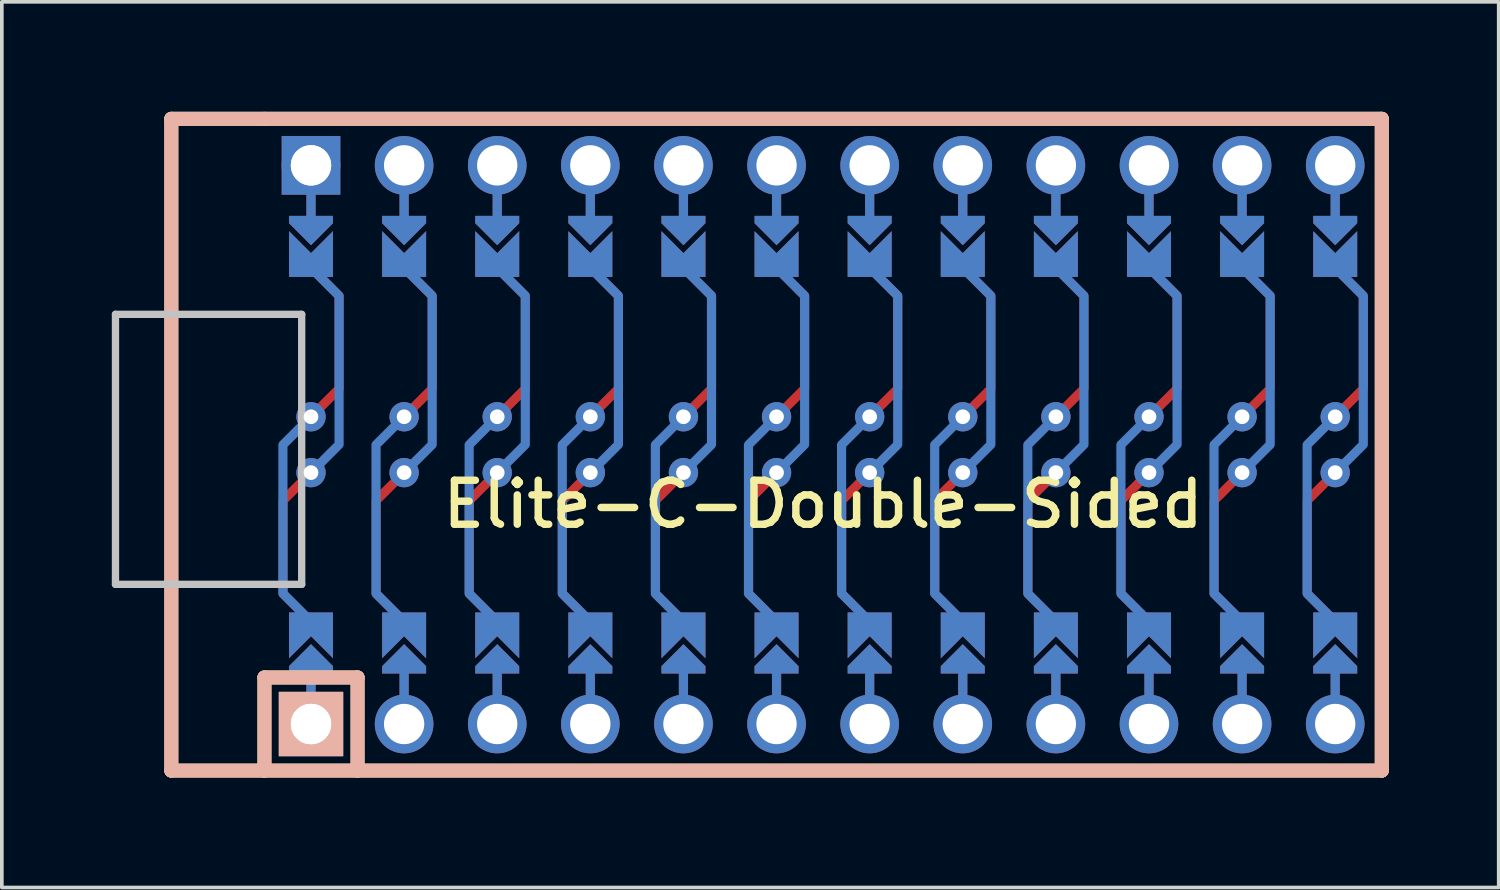
<source format=kicad_pcb>
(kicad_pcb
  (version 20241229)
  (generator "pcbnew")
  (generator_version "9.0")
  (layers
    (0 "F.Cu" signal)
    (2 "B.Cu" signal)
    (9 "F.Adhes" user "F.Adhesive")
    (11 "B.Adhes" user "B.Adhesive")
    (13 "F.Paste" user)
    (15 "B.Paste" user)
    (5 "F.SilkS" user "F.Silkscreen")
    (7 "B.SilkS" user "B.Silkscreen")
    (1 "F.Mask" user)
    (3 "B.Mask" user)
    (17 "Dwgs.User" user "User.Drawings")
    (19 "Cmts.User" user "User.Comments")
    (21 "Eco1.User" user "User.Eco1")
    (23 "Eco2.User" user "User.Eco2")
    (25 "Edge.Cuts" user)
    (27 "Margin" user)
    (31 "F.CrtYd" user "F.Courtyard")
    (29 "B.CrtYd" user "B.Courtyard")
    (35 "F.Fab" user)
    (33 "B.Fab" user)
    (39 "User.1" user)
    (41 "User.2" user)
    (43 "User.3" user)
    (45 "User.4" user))
  (footprint "Elite-C-Double-Sided"
    (layer "F.Cu")
    (at 19.404 9.081)
    (property "Reference" "Elite-C-Double-Sided" (at 0 1.625 180) (layer "F.SilkS") (effects (font (size 1.2 1.2) (thickness 0.203))))
    (attr through_hole)
    (fp_circle (center -13.97 -0.762) (end -13.845 -0.762) (stroke (width 0.25) (type solid)) (fill no) (layer "F.Mask"))
    (fp_circle (center -13.97 0.762) (end -13.845 0.762) (stroke (width 0.25) (type solid)) (fill no) (layer "F.Mask"))
    (fp_circle (center -11.43 -0.762) (end -11.305 -0.762) (stroke (width 0.25) (type solid)) (fill no) (layer "F.Mask"))
    (fp_circle (center -11.43 0.762) (end -11.305 0.762) (stroke (width 0.25) (type solid)) (fill no) (layer "F.Mask"))
    (fp_circle (center -8.89 -0.762) (end -8.765 -0.762) (stroke (width 0.25) (type solid)) (fill no) (layer "F.Mask"))
    (fp_circle (center -8.89 0.762) (end -8.765 0.762) (stroke (width 0.25) (type solid)) (fill no) (layer "F.Mask"))
    (fp_circle (center -6.35 -0.762) (end -6.225 -0.762) (stroke (width 0.25) (type solid)) (fill no) (layer "F.Mask"))
    (fp_circle (center -6.35 0.762) (end -6.225 0.762) (stroke (width 0.25) (type solid)) (fill no) (layer "F.Mask"))
    (fp_circle (center -3.81 -0.762) (end -3.685 -0.762) (stroke (width 0.25) (type solid)) (fill no) (layer "F.Mask"))
    (fp_circle (center -3.81 0.762) (end -3.685 0.762) (stroke (width 0.25) (type solid)) (fill no) (layer "F.Mask"))
    (fp_circle (center -1.27 -0.762) (end -1.145 -0.762) (stroke (width 0.25) (type solid)) (fill no) (layer "F.Mask"))
    (fp_circle (center -1.27 0.762) (end -1.145 0.762) (stroke (width 0.25) (type solid)) (fill no) (layer "F.Mask"))
    (fp_circle (center 1.27 -0.762) (end 1.395 -0.762) (stroke (width 0.25) (type solid)) (fill no) (layer "F.Mask"))
    (fp_circle (center 1.27 0.762) (end 1.395 0.762) (stroke (width 0.25) (type solid)) (fill no) (layer "F.Mask"))
    (fp_circle (center 3.81 -0.762) (end 3.935 -0.762) (stroke (width 0.25) (type solid)) (fill no) (layer "F.Mask"))
    (fp_circle (center 3.81 0.762) (end 3.935 0.762) (stroke (width 0.25) (type solid)) (fill no) (layer "F.Mask"))
    (fp_circle (center 6.35 -0.762) (end 6.475 -0.762) (stroke (width 0.25) (type solid)) (fill no) (layer "F.Mask"))
    (fp_circle (center 6.35 0.762) (end 6.475 0.762) (stroke (width 0.25) (type solid)) (fill no) (layer "F.Mask"))
    (fp_circle (center 8.89 -0.762) (end 9.015 -0.762) (stroke (width 0.25) (type solid)) (fill no) (layer "F.Mask"))
    (fp_circle (center 8.89 0.762) (end 9.015 0.762) (stroke (width 0.25) (type solid)) (fill no) (layer "F.Mask"))
    (fp_circle (center 11.43 -0.762) (end 11.555 -0.762) (stroke (width 0.25) (type solid)) (fill no) (layer "F.Mask"))
    (fp_circle (center 11.43 0.762) (end 11.555 0.762) (stroke (width 0.25) (type solid)) (fill no) (layer "F.Mask"))
    (fp_circle (center 13.97 -0.762) (end 14.095 -0.762) (stroke (width 0.25) (type solid)) (fill no) (layer "F.Mask"))
    (fp_circle (center 13.97 0.762) (end 14.095 0.762) (stroke (width 0.25) (type solid)) (fill no) (layer "F.Mask"))
    (fp_poly (pts (xy -14.478 5.08) (xy -13.462 5.08) (xy -13.462 6.096) (xy -14.478 6.096)) (stroke (width 0.1) (type solid)) (fill yes) (layer "F.Mask"))
    (fp_poly (pts (xy -13.462 -5.08) (xy -14.478 -5.08) (xy -14.478 -6.096) (xy -13.462 -6.096)) (stroke (width 0.1) (type solid)) (fill yes) (layer "F.Mask"))
    (fp_poly (pts (xy -11.938 5.08) (xy -10.922 5.08) (xy -10.922 6.096) (xy -11.938 6.096)) (stroke (width 0.1) (type solid)) (fill yes) (layer "F.Mask"))
    (fp_poly (pts (xy -10.922 -5.08) (xy -11.938 -5.08) (xy -11.938 -6.096) (xy -10.922 -6.096)) (stroke (width 0.1) (type solid)) (fill yes) (layer "F.Mask"))
    (fp_poly (pts (xy -9.398 5.08) (xy -8.382 5.08) (xy -8.382 6.096) (xy -9.398 6.096)) (stroke (width 0.1) (type solid)) (fill yes) (layer "F.Mask"))
    (fp_poly (pts (xy -8.382 -5.08) (xy -9.398 -5.08) (xy -9.398 -6.096) (xy -8.382 -6.096)) (stroke (width 0.1) (type solid)) (fill yes) (layer "F.Mask"))
    (fp_poly (pts (xy -6.858 5.08) (xy -5.842 5.08) (xy -5.842 6.096) (xy -6.858 6.096)) (stroke (width 0.1) (type solid)) (fill yes) (layer "F.Mask"))
    (fp_poly (pts (xy -5.842 -5.08) (xy -6.858 -5.08) (xy -6.858 -6.096) (xy -5.842 -6.096)) (stroke (width 0.1) (type solid)) (fill yes) (layer "F.Mask"))
    (fp_poly (pts (xy -4.318 5.08) (xy -3.302 5.08) (xy -3.302 6.096) (xy -4.318 6.096)) (stroke (width 0.1) (type solid)) (fill yes) (layer "F.Mask"))
    (fp_poly (pts (xy -3.302 -5.08) (xy -4.318 -5.08) (xy -4.318 -6.096) (xy -3.302 -6.096)) (stroke (width 0.1) (type solid)) (fill yes) (layer "F.Mask"))
    (fp_poly (pts (xy -1.778 5.08) (xy -0.762 5.08) (xy -0.762 6.096) (xy -1.778 6.096)) (stroke (width 0.1) (type solid)) (fill yes) (layer "F.Mask"))
    (fp_poly (pts (xy -0.762 -5.08) (xy -1.778 -5.08) (xy -1.778 -6.096) (xy -0.762 -6.096)) (stroke (width 0.1) (type solid)) (fill yes) (layer "F.Mask"))
    (fp_poly (pts (xy 0.762 5.08) (xy 1.778 5.08) (xy 1.778 6.096) (xy 0.762 6.096)) (stroke (width 0.1) (type solid)) (fill yes) (layer "F.Mask"))
    (fp_poly (pts (xy 1.778 -5.08) (xy 0.762 -5.08) (xy 0.762 -6.096) (xy 1.778 -6.096)) (stroke (width 0.1) (type solid)) (fill yes) (layer "F.Mask"))
    (fp_poly (pts (xy 3.302 5.08) (xy 4.318 5.08) (xy 4.318 6.096) (xy 3.302 6.096)) (stroke (width 0.1) (type solid)) (fill yes) (layer "F.Mask"))
    (fp_poly (pts (xy 4.318 -5.08) (xy 3.302 -5.08) (xy 3.302 -6.096) (xy 4.318 -6.096)) (stroke (width 0.1) (type solid)) (fill yes) (layer "F.Mask"))
    (fp_poly (pts (xy 5.842 5.08) (xy 6.858 5.08) (xy 6.858 6.096) (xy 5.842 6.096)) (stroke (width 0.1) (type solid)) (fill yes) (layer "F.Mask"))
    (fp_poly (pts (xy 6.858 -5.08) (xy 5.842 -5.08) (xy 5.842 -6.096) (xy 6.858 -6.096)) (stroke (width 0.1) (type solid)) (fill yes) (layer "F.Mask"))
    (fp_poly (pts (xy 8.382 5.08) (xy 9.398 5.08) (xy 9.398 6.096) (xy 8.382 6.096)) (stroke (width 0.1) (type solid)) (fill yes) (layer "F.Mask"))
    (fp_poly (pts (xy 9.398 -5.08) (xy 8.382 -5.08) (xy 8.382 -6.096) (xy 9.398 -6.096)) (stroke (width 0.1) (type solid)) (fill yes) (layer "F.Mask"))
    (fp_poly (pts (xy 10.922 5.08) (xy 11.938 5.08) (xy 11.938 6.096) (xy 10.922 6.096)) (stroke (width 0.1) (type solid)) (fill yes) (layer "F.Mask"))
    (fp_poly (pts (xy 11.938 -5.08) (xy 10.922 -5.08) (xy 10.922 -6.096) (xy 11.938 -6.096)) (stroke (width 0.1) (type solid)) (fill yes) (layer "F.Mask"))
    (fp_poly (pts (xy 13.462 5.08) (xy 14.478 5.08) (xy 14.478 6.096) (xy 13.462 6.096)) (stroke (width 0.1) (type solid)) (fill yes) (layer "F.Mask"))
    (fp_poly (pts (xy 14.478 -5.08) (xy 13.462 -5.08) (xy 13.462 -6.096) (xy 14.478 -6.096)) (stroke (width 0.1) (type solid)) (fill yes) (layer "F.Mask"))
    (fp_circle (center -13.97 -0.762) (end -13.845 -0.762) (stroke (width 0.25) (type solid)) (fill no) (layer "B.Mask"))
    (fp_circle (center -13.97 0.762) (end -13.845 0.762) (stroke (width 0.25) (type solid)) (fill no) (layer "B.Mask"))
    (fp_circle (center -11.43 -0.762) (end -11.305 -0.762) (stroke (width 0.25) (type solid)) (fill no) (layer "B.Mask"))
    (fp_circle (center -11.43 0.762) (end -11.305 0.762) (stroke (width 0.25) (type solid)) (fill no) (layer "B.Mask"))
    (fp_circle (center -8.89 -0.762) (end -8.765 -0.762) (stroke (width 0.25) (type solid)) (fill no) (layer "B.Mask"))
    (fp_circle (center -8.89 0.762) (end -8.765 0.762) (stroke (width 0.25) (type solid)) (fill no) (layer "B.Mask"))
    (fp_circle (center -6.35 -0.762) (end -6.225 -0.762) (stroke (width 0.25) (type solid)) (fill no) (layer "B.Mask"))
    (fp_circle (center -6.35 0.762) (end -6.225 0.762) (stroke (width 0.25) (type solid)) (fill no) (layer "B.Mask"))
    (fp_circle (center -3.81 -0.762) (end -3.685 -0.762) (stroke (width 0.25) (type solid)) (fill no) (layer "B.Mask"))
    (fp_circle (center -3.81 0.762) (end -3.685 0.762) (stroke (width 0.25) (type solid)) (fill no) (layer "B.Mask"))
    (fp_circle (center -1.27 -0.762) (end -1.145 -0.762) (stroke (width 0.25) (type solid)) (fill no) (layer "B.Mask"))
    (fp_circle (center -1.27 0.762) (end -1.145 0.762) (stroke (width 0.25) (type solid)) (fill no) (layer "B.Mask"))
    (fp_circle (center 1.27 -0.762) (end 1.395 -0.762) (stroke (width 0.25) (type solid)) (fill no) (layer "B.Mask"))
    (fp_circle (center 1.27 0.762) (end 1.395 0.762) (stroke (width 0.25) (type solid)) (fill no) (layer "B.Mask"))
    (fp_circle (center 3.81 -0.762) (end 3.935 -0.762) (stroke (width 0.25) (type solid)) (fill no) (layer "B.Mask"))
    (fp_circle (center 3.81 0.762) (end 3.935 0.762) (stroke (width 0.25) (type solid)) (fill no) (layer "B.Mask"))
    (fp_circle (center 6.35 -0.762) (end 6.475 -0.762) (stroke (width 0.25) (type solid)) (fill no) (layer "B.Mask"))
    (fp_circle (center 6.35 0.762) (end 6.475 0.762) (stroke (width 0.25) (type solid)) (fill no) (layer "B.Mask"))
    (fp_circle (center 8.89 -0.762) (end 9.015 -0.762) (stroke (width 0.25) (type solid)) (fill no) (layer "B.Mask"))
    (fp_circle (center 8.89 0.762) (end 9.015 0.762) (stroke (width 0.25) (type solid)) (fill no) (layer "B.Mask"))
    (fp_circle (center 11.43 -0.762) (end 11.555 -0.762) (stroke (width 0.25) (type solid)) (fill no) (layer "B.Mask"))
    (fp_circle (center 11.43 0.762) (end 11.555 0.762) (stroke (width 0.25) (type solid)) (fill no) (layer "B.Mask"))
    (fp_circle (center 13.97 -0.762) (end 14.095 -0.762) (stroke (width 0.25) (type solid)) (fill no) (layer "B.Mask"))
    (fp_circle (center 13.97 0.762) (end 14.095 0.762) (stroke (width 0.25) (type solid)) (fill no) (layer "B.Mask"))
    (fp_poly (pts (xy -14.478 5.08) (xy -13.462 5.08) (xy -13.462 6.096) (xy -14.478 6.096)) (stroke (width 0.1) (type solid)) (fill yes) (layer "B.Mask"))
    (fp_poly (pts (xy -13.462 -5.08) (xy -14.478 -5.08) (xy -14.478 -6.096) (xy -13.462 -6.096)) (stroke (width 0.1) (type solid)) (fill yes) (layer "B.Mask"))
    (fp_poly (pts (xy -11.938 5.08) (xy -10.922 5.08) (xy -10.922 6.096) (xy -11.938 6.096)) (stroke (width 0.1) (type solid)) (fill yes) (layer "B.Mask"))
    (fp_poly (pts (xy -10.922 -5.08) (xy -11.938 -5.08) (xy -11.938 -6.096) (xy -10.922 -6.096)) (stroke (width 0.1) (type solid)) (fill yes) (layer "B.Mask"))
    (fp_poly (pts (xy -9.398 5.08) (xy -8.382 5.08) (xy -8.382 6.096) (xy -9.398 6.096)) (stroke (width 0.1) (type solid)) (fill yes) (layer "B.Mask"))
    (fp_poly (pts (xy -8.382 -5.08) (xy -9.398 -5.08) (xy -9.398 -6.096) (xy -8.382 -6.096)) (stroke (width 0.1) (type solid)) (fill yes) (layer "B.Mask"))
    (fp_poly (pts (xy -6.858 5.08) (xy -5.842 5.08) (xy -5.842 6.096) (xy -6.858 6.096)) (stroke (width 0.1) (type solid)) (fill yes) (layer "B.Mask"))
    (fp_poly (pts (xy -5.842 -5.08) (xy -6.858 -5.08) (xy -6.858 -6.096) (xy -5.842 -6.096)) (stroke (width 0.1) (type solid)) (fill yes) (layer "B.Mask"))
    (fp_poly (pts (xy -4.318 5.08) (xy -3.302 5.08) (xy -3.302 6.096) (xy -4.318 6.096)) (stroke (width 0.1) (type solid)) (fill yes) (layer "B.Mask"))
    (fp_poly (pts (xy -3.302 -5.08) (xy -4.318 -5.08) (xy -4.318 -6.096) (xy -3.302 -6.096)) (stroke (width 0.1) (type solid)) (fill yes) (layer "B.Mask"))
    (fp_poly (pts (xy -1.778 5.08) (xy -0.762 5.08) (xy -0.762 6.096) (xy -1.778 6.096)) (stroke (width 0.1) (type solid)) (fill yes) (layer "B.Mask"))
    (fp_poly (pts (xy -0.762 -5.08) (xy -1.778 -5.08) (xy -1.778 -6.096) (xy -0.762 -6.096)) (stroke (width 0.1) (type solid)) (fill yes) (layer "B.Mask"))
    (fp_poly (pts (xy 0.762 5.08) (xy 1.778 5.08) (xy 1.778 6.096) (xy 0.762 6.096)) (stroke (width 0.1) (type solid)) (fill yes) (layer "B.Mask"))
    (fp_poly (pts (xy 1.778 -5.08) (xy 0.762 -5.08) (xy 0.762 -6.096) (xy 1.778 -6.096)) (stroke (width 0.1) (type solid)) (fill yes) (layer "B.Mask"))
    (fp_poly (pts (xy 3.302 5.08) (xy 4.318 5.08) (xy 4.318 6.096) (xy 3.302 6.096)) (stroke (width 0.1) (type solid)) (fill yes) (layer "B.Mask"))
    (fp_poly (pts (xy 4.318 -5.08) (xy 3.302 -5.08) (xy 3.302 -6.096) (xy 4.318 -6.096)) (stroke (width 0.1) (type solid)) (fill yes) (layer "B.Mask"))
    (fp_poly (pts (xy 5.842 5.08) (xy 6.858 5.08) (xy 6.858 6.096) (xy 5.842 6.096)) (stroke (width 0.1) (type solid)) (fill yes) (layer "B.Mask"))
    (fp_poly (pts (xy 6.858 -5.08) (xy 5.842 -5.08) (xy 5.842 -6.096) (xy 6.858 -6.096)) (stroke (width 0.1) (type solid)) (fill yes) (layer "B.Mask"))
    (fp_poly (pts (xy 8.382 5.08) (xy 9.398 5.08) (xy 9.398 6.096) (xy 8.382 6.096)) (stroke (width 0.1) (type solid)) (fill yes) (layer "B.Mask"))
    (fp_poly (pts (xy 9.398 -5.08) (xy 8.382 -5.08) (xy 8.382 -6.096) (xy 9.398 -6.096)) (stroke (width 0.1) (type solid)) (fill yes) (layer "B.Mask"))
    (fp_poly (pts (xy 10.922 5.08) (xy 11.938 5.08) (xy 11.938 6.096) (xy 10.922 6.096)) (stroke (width 0.1) (type solid)) (fill yes) (layer "B.Mask"))
    (fp_poly (pts (xy 11.938 -5.08) (xy 10.922 -5.08) (xy 10.922 -6.096) (xy 11.938 -6.096)) (stroke (width 0.1) (type solid)) (fill yes) (layer "B.Mask"))
    (fp_poly (pts (xy 13.462 5.08) (xy 14.478 5.08) (xy 14.478 6.096) (xy 13.462 6.096)) (stroke (width 0.1) (type solid)) (fill yes) (layer "B.Mask"))
    (fp_poly (pts (xy 14.478 -5.08) (xy 13.462 -5.08) (xy 13.462 -6.096) (xy 14.478 -6.096)) (stroke (width 0.1) (type solid)) (fill yes) (layer "B.Mask"))
    (fp_line (start -17.78 -8.89) (end -17.78 8.89) (stroke (width 0.381) (type solid)) (layer "F.SilkS"))
    (fp_line (start -17.78 8.89) (end -15.24 8.89) (stroke (width 0.381) (type solid)) (layer "F.SilkS"))
    (fp_line (start -15.24 -8.89) (end -17.78 -8.89) (stroke (width 0.381) (type solid)) (layer "F.SilkS"))
    (fp_line (start -15.24 6.35) (end -15.24 8.89) (stroke (width 0.381) (type solid)) (layer "F.SilkS"))
    (fp_line (start -15.24 6.35) (end -12.7 6.35) (stroke (width 0.381) (type solid)) (layer "F.SilkS"))
    (fp_line (start -15.24 8.89) (end 15.24 8.89) (stroke (width 0.381) (type solid)) (layer "F.SilkS"))
    (fp_line (start -12.7 6.35) (end -12.7 8.89) (stroke (width 0.381) (type solid)) (layer "F.SilkS"))
    (fp_line (start 15.24 -8.89) (end -15.24 -8.89) (stroke (width 0.381) (type solid)) (layer "F.SilkS"))
    (fp_line (start 15.24 8.89) (end 15.24 -8.89) (stroke (width 0.381) (type solid)) (layer "F.SilkS"))
    (fp_line (start -17.78 -8.89) (end -17.78 8.89) (stroke (width 0.381) (type solid)) (layer "B.SilkS"))
    (fp_line (start -17.78 8.89) (end 15.24 8.89) (stroke (width 0.381) (type solid)) (layer "B.SilkS"))
    (fp_line (start -15.24 6.35) (end -15.24 8.89) (stroke (width 0.381) (type solid)) (layer "B.SilkS"))
    (fp_line (start -15.24 6.35) (end -12.7 6.35) (stroke (width 0.381) (type solid)) (layer "B.SilkS"))
    (fp_line (start -12.7 6.35) (end -12.7 8.89) (stroke (width 0.381) (type solid)) (layer "B.SilkS"))
    (fp_line (start 15.24 -8.89) (end -17.78 -8.89) (stroke (width 0.381) (type solid)) (layer "B.SilkS"))
    (fp_line (start 15.24 8.89) (end 15.24 -8.89) (stroke (width 0.381) (type solid)) (layer "B.SilkS"))
    (fp_line (start -19.304 -3.556) (end -14.224 -3.556) (stroke (width 0.2) (type solid)) (layer "Dwgs.User"))
    (fp_line (start -19.304 3.81) (end -19.304 -3.556) (stroke (width 0.2) (type solid)) (layer "Dwgs.User"))
    (fp_line (start -14.224 -3.556) (end -14.224 3.81) (stroke (width 0.2) (type solid)) (layer "Dwgs.User"))
    (fp_line (start -14.224 3.81) (end -19.304 3.81) (stroke (width 0.2) (type solid)) (layer "Dwgs.User"))
    (pad "" thru_hole circle (at -13.97 -7.62) (size 1.6 1.6) (drill 1.1) (layers "*.Cu" "*.Mask"))
    (pad "" thru_hole rect (at -13.97 -7.62) (size 1.6 1.6) (drill 1.1) (layers "B.Cu" "B.Mask"))
    (pad "" smd custom (at -13.97 -6.35) (size 0.25 1) (layers "F.Cu") (options (anchor rect)) (primitives))
    (pad "" smd custom (at -13.97 -6.35) (size 0.25 1) (layers "B.Cu") (options (anchor rect)) (primitives))
    (pad "" smd custom (at -13.97 -5.842) (size 0.1 0.1) (layers "F.Cu" "F.Mask") (options (anchor rect)) (primitives (gr_poly (pts (xy 0.6 -0.4) (xy -0.6 -0.4) (xy -0.6 -0.2) (xy 0 0.4) (xy 0.6 -0.2)) (width 0) (fill yes))))
    (pad "" smd custom (at -13.97 -5.842) (size 0.1 0.1) (layers "B.Cu" "B.Mask") (options (anchor rect)) (primitives (gr_poly (pts (xy 0.6 -0.4) (xy -0.6 -0.4) (xy -0.6 -0.2) (xy 0 0.4) (xy 0.6 -0.2)) (width 0) (fill yes))))
    (pad "" smd custom (at -13.97 5.842 180) (size 0.1 0.1) (layers "F.Cu" "F.Mask") (options (anchor rect)) (primitives (gr_poly (pts (xy 0.6 -0.4) (xy -0.6 -0.4) (xy -0.6 -0.2) (xy 0 0.4) (xy 0.6 -0.2)) (width 0) (fill yes))))
    (pad "" smd custom (at -13.97 5.842 180) (size 0.1 0.1) (layers "B.Cu" "B.Mask") (options (anchor rect)) (primitives (gr_poly (pts (xy 0.6 -0.4) (xy -0.6 -0.4) (xy -0.6 -0.2) (xy 0 0.4) (xy 0.6 -0.2)) (width 0) (fill yes))))
    (pad "" smd custom (at -13.97 6.35 180) (size 0.25 1) (layers "F.Cu") (options (anchor rect)) (primitives))
    (pad "" smd custom (at -13.97 6.35 180) (size 0.25 1) (layers "B.Cu") (options (anchor rect)) (primitives))
    (pad "" thru_hole circle (at -13.97 7.62) (size 1.6 1.6) (drill 1.1) (layers "*.Cu" "*.Mask"))
    (pad "" thru_hole rect (at -13.97 7.62) (size 1.6 1.6) (drill 1.1) (layers "F.Cu" "F.Mask"))
    (pad "" thru_hole circle (at -11.43 -7.62) (size 1.6 1.6) (drill 1.1) (layers "*.Cu" "*.Mask"))
    (pad "" smd custom (at -11.43 -6.35) (size 0.25 1) (layers "F.Cu") (options (anchor rect)) (primitives))
    (pad "" smd custom (at -11.43 -6.35) (size 0.25 1) (layers "B.Cu") (options (anchor rect)) (primitives))
    (pad "" smd custom (at -11.43 -5.842) (size 0.1 0.1) (layers "F.Cu" "F.Mask") (options (anchor rect)) (primitives (gr_poly (pts (xy 0.6 -0.4) (xy -0.6 -0.4) (xy -0.6 -0.2) (xy 0 0.4) (xy 0.6 -0.2)) (width 0) (fill yes))))
    (pad "" smd custom (at -11.43 -5.842) (size 0.1 0.1) (layers "B.Cu" "B.Mask") (options (anchor rect)) (primitives (gr_poly (pts (xy 0.6 -0.4) (xy -0.6 -0.4) (xy -0.6 -0.2) (xy 0 0.4) (xy 0.6 -0.2)) (width 0) (fill yes))))
    (pad "" smd custom (at -11.43 5.842 180) (size 0.1 0.1) (layers "F.Cu" "F.Mask") (options (anchor rect)) (primitives (gr_poly (pts (xy 0.6 -0.4) (xy -0.6 -0.4) (xy -0.6 -0.2) (xy 0 0.4) (xy 0.6 -0.2)) (width 0) (fill yes))))
    (pad "" smd custom (at -11.43 5.842 180) (size 0.1 0.1) (layers "B.Cu" "B.Mask") (options (anchor rect)) (primitives (gr_poly (pts (xy 0.6 -0.4) (xy -0.6 -0.4) (xy -0.6 -0.2) (xy 0 0.4) (xy 0.6 -0.2)) (width 0) (fill yes))))
    (pad "" smd custom (at -11.43 6.35 180) (size 0.25 1) (layers "F.Cu") (options (anchor rect)) (primitives))
    (pad "" smd custom (at -11.43 6.35 180) (size 0.25 1) (layers "B.Cu") (options (anchor rect)) (primitives))
    (pad "" thru_hole circle (at -11.43 7.62) (size 1.6 1.6) (drill 1.1) (layers "*.Cu" "*.Mask"))
    (pad "" thru_hole circle (at -8.89 -7.62) (size 1.6 1.6) (drill 1.1) (layers "*.Cu" "*.Mask"))
    (pad "" smd custom (at -8.89 -6.35) (size 0.25 1) (layers "F.Cu") (options (anchor rect)) (primitives))
    (pad "" smd custom (at -8.89 -6.35) (size 0.25 1) (layers "B.Cu") (options (anchor rect)) (primitives))
    (pad "" smd custom (at -8.89 -5.842) (size 0.1 0.1) (layers "F.Cu" "F.Mask") (options (anchor rect)) (primitives (gr_poly (pts (xy 0.6 -0.4) (xy -0.6 -0.4) (xy -0.6 -0.2) (xy 0 0.4) (xy 0.6 -0.2)) (width 0) (fill yes))))
    (pad "" smd custom (at -8.89 -5.842) (size 0.1 0.1) (layers "B.Cu" "B.Mask") (options (anchor rect)) (primitives (gr_poly (pts (xy 0.6 -0.4) (xy -0.6 -0.4) (xy -0.6 -0.2) (xy 0 0.4) (xy 0.6 -0.2)) (width 0) (fill yes))))
    (pad "" smd custom (at -8.89 5.842 180) (size 0.1 0.1) (layers "F.Cu" "F.Mask") (options (anchor rect)) (primitives (gr_poly (pts (xy 0.6 -0.4) (xy -0.6 -0.4) (xy -0.6 -0.2) (xy 0 0.4) (xy 0.6 -0.2)) (width 0) (fill yes))))
    (pad "" smd custom (at -8.89 5.842 180) (size 0.1 0.1) (layers "B.Cu" "B.Mask") (options (anchor rect)) (primitives (gr_poly (pts (xy 0.6 -0.4) (xy -0.6 -0.4) (xy -0.6 -0.2) (xy 0 0.4) (xy 0.6 -0.2)) (width 0) (fill yes))))
    (pad "" smd custom (at -8.89 6.35 180) (size 0.25 1) (layers "F.Cu") (options (anchor rect)) (primitives))
    (pad "" smd custom (at -8.89 6.35 180) (size 0.25 1) (layers "B.Cu") (options (anchor rect)) (primitives))
    (pad "" thru_hole circle (at -8.89 7.62) (size 1.6 1.6) (drill 1.1) (layers "*.Cu" "*.Mask"))
    (pad "" thru_hole circle (at -6.35 -7.62) (size 1.6 1.6) (drill 1.1) (layers "*.Cu" "*.Mask"))
    (pad "" smd custom (at -6.35 -6.35) (size 0.25 1) (layers "F.Cu") (options (anchor rect)) (primitives))
    (pad "" smd custom (at -6.35 -6.35) (size 0.25 1) (layers "B.Cu") (options (anchor rect)) (primitives))
    (pad "" smd custom (at -6.35 -5.842) (size 0.1 0.1) (layers "F.Cu" "F.Mask") (options (anchor rect)) (primitives (gr_poly (pts (xy 0.6 -0.4) (xy -0.6 -0.4) (xy -0.6 -0.2) (xy 0 0.4) (xy 0.6 -0.2)) (width 0) (fill yes))))
    (pad "" smd custom (at -6.35 -5.842) (size 0.1 0.1) (layers "B.Cu" "B.Mask") (options (anchor rect)) (primitives (gr_poly (pts (xy 0.6 -0.4) (xy -0.6 -0.4) (xy -0.6 -0.2) (xy 0 0.4) (xy 0.6 -0.2)) (width 0) (fill yes))))
    (pad "" smd custom (at -6.35 5.842 180) (size 0.1 0.1) (layers "F.Cu" "F.Mask") (options (anchor rect)) (primitives (gr_poly (pts (xy 0.6 -0.4) (xy -0.6 -0.4) (xy -0.6 -0.2) (xy 0 0.4) (xy 0.6 -0.2)) (width 0) (fill yes))))
    (pad "" smd custom (at -6.35 5.842 180) (size 0.1 0.1) (layers "B.Cu" "B.Mask") (options (anchor rect)) (primitives (gr_poly (pts (xy 0.6 -0.4) (xy -0.6 -0.4) (xy -0.6 -0.2) (xy 0 0.4) (xy 0.6 -0.2)) (width 0) (fill yes))))
    (pad "" smd custom (at -6.35 6.35 180) (size 0.25 1) (layers "F.Cu") (options (anchor rect)) (primitives))
    (pad "" smd custom (at -6.35 6.35 180) (size 0.25 1) (layers "B.Cu") (options (anchor rect)) (primitives))
    (pad "" thru_hole circle (at -6.35 7.62) (size 1.6 1.6) (drill 1.1) (layers "*.Cu" "*.Mask"))
    (pad "" thru_hole circle (at -3.81 -7.62) (size 1.6 1.6) (drill 1.1) (layers "*.Cu" "*.Mask"))
    (pad "" smd custom (at -3.81 -6.35) (size 0.25 1) (layers "F.Cu") (options (anchor rect)) (primitives))
    (pad "" smd custom (at -3.81 -6.35) (size 0.25 1) (layers "B.Cu") (options (anchor rect)) (primitives))
    (pad "" smd custom (at -3.81 -5.842) (size 0.1 0.1) (layers "F.Cu" "F.Mask") (options (anchor rect)) (primitives (gr_poly (pts (xy 0.6 -0.4) (xy -0.6 -0.4) (xy -0.6 -0.2) (xy 0 0.4) (xy 0.6 -0.2)) (width 0) (fill yes))))
    (pad "" smd custom (at -3.81 -5.842) (size 0.1 0.1) (layers "B.Cu" "B.Mask") (options (anchor rect)) (primitives (gr_poly (pts (xy 0.6 -0.4) (xy -0.6 -0.4) (xy -0.6 -0.2) (xy 0 0.4) (xy 0.6 -0.2)) (width 0) (fill yes))))
    (pad "" smd custom (at -3.81 5.842 180) (size 0.1 0.1) (layers "F.Cu" "F.Mask") (options (anchor rect)) (primitives (gr_poly (pts (xy 0.6 -0.4) (xy -0.6 -0.4) (xy -0.6 -0.2) (xy 0 0.4) (xy 0.6 -0.2)) (width 0) (fill yes))))
    (pad "" smd custom (at -3.81 5.842 180) (size 0.1 0.1) (layers "B.Cu" "B.Mask") (options (anchor rect)) (primitives (gr_poly (pts (xy 0.6 -0.4) (xy -0.6 -0.4) (xy -0.6 -0.2) (xy 0 0.4) (xy 0.6 -0.2)) (width 0) (fill yes))))
    (pad "" smd custom (at -3.81 6.35 180) (size 0.25 1) (layers "F.Cu") (options (anchor rect)) (primitives))
    (pad "" smd custom (at -3.81 6.35 180) (size 0.25 1) (layers "B.Cu") (options (anchor rect)) (primitives))
    (pad "" thru_hole circle (at -3.81 7.62) (size 1.6 1.6) (drill 1.1) (layers "*.Cu" "*.Mask"))
    (pad "" thru_hole circle (at -1.27 -7.62) (size 1.6 1.6) (drill 1.1) (layers "*.Cu" "*.Mask"))
    (pad "" smd custom (at -1.27 -6.35) (size 0.25 1) (layers "F.Cu") (options (anchor rect)) (primitives))
    (pad "" smd custom (at -1.27 -6.35) (size 0.25 1) (layers "B.Cu") (options (anchor rect)) (primitives))
    (pad "" smd custom (at -1.27 -5.842) (size 0.1 0.1) (layers "F.Cu" "F.Mask") (options (anchor rect)) (primitives (gr_poly (pts (xy 0.6 -0.4) (xy -0.6 -0.4) (xy -0.6 -0.2) (xy 0 0.4) (xy 0.6 -0.2)) (width 0) (fill yes))))
    (pad "" smd custom (at -1.27 -5.842) (size 0.1 0.1) (layers "B.Cu" "B.Mask") (options (anchor rect)) (primitives (gr_poly (pts (xy 0.6 -0.4) (xy -0.6 -0.4) (xy -0.6 -0.2) (xy 0 0.4) (xy 0.6 -0.2)) (width 0) (fill yes))))
    (pad "" smd custom (at -1.27 5.842 180) (size 0.1 0.1) (layers "F.Cu" "F.Mask") (options (anchor rect)) (primitives (gr_poly (pts (xy 0.6 -0.4) (xy -0.6 -0.4) (xy -0.6 -0.2) (xy 0 0.4) (xy 0.6 -0.2)) (width 0) (fill yes))))
    (pad "" smd custom (at -1.27 5.842 180) (size 0.1 0.1) (layers "B.Cu" "B.Mask") (options (anchor rect)) (primitives (gr_poly (pts (xy 0.6 -0.4) (xy -0.6 -0.4) (xy -0.6 -0.2) (xy 0 0.4) (xy 0.6 -0.2)) (width 0) (fill yes))))
    (pad "" smd custom (at -1.27 6.35 180) (size 0.25 1) (layers "F.Cu") (options (anchor rect)) (primitives))
    (pad "" smd custom (at -1.27 6.35 180) (size 0.25 1) (layers "B.Cu") (options (anchor rect)) (primitives))
    (pad "" thru_hole circle (at -1.27 7.62) (size 1.6 1.6) (drill 1.1) (layers "*.Cu" "*.Mask"))
    (pad "" thru_hole circle (at 1.27 -7.62) (size 1.6 1.6) (drill 1.1) (layers "*.Cu" "*.Mask"))
    (pad "" smd custom (at 1.27 -6.35) (size 0.25 1) (layers "F.Cu") (options (anchor rect)) (primitives))
    (pad "" smd custom (at 1.27 -6.35) (size 0.25 1) (layers "B.Cu") (options (anchor rect)) (primitives))
    (pad "" smd custom (at 1.27 -5.842) (size 0.1 0.1) (layers "F.Cu" "F.Mask") (options (anchor rect)) (primitives (gr_poly (pts (xy 0.6 -0.4) (xy -0.6 -0.4) (xy -0.6 -0.2) (xy 0 0.4) (xy 0.6 -0.2)) (width 0) (fill yes))))
    (pad "" smd custom (at 1.27 -5.842) (size 0.1 0.1) (layers "B.Cu" "B.Mask") (options (anchor rect)) (primitives (gr_poly (pts (xy 0.6 -0.4) (xy -0.6 -0.4) (xy -0.6 -0.2) (xy 0 0.4) (xy 0.6 -0.2)) (width 0) (fill yes))))
    (pad "" smd custom (at 1.27 5.842 180) (size 0.1 0.1) (layers "F.Cu" "F.Mask") (options (anchor rect)) (primitives (gr_poly (pts (xy 0.6 -0.4) (xy -0.6 -0.4) (xy -0.6 -0.2) (xy 0 0.4) (xy 0.6 -0.2)) (width 0) (fill yes))))
    (pad "" smd custom (at 1.27 5.842 180) (size 0.1 0.1) (layers "B.Cu" "B.Mask") (options (anchor rect)) (primitives (gr_poly (pts (xy 0.6 -0.4) (xy -0.6 -0.4) (xy -0.6 -0.2) (xy 0 0.4) (xy 0.6 -0.2)) (width 0) (fill yes))))
    (pad "" smd custom (at 1.27 6.35 180) (size 0.25 1) (layers "F.Cu") (options (anchor rect)) (primitives))
    (pad "" smd custom (at 1.27 6.35 180) (size 0.25 1) (layers "B.Cu") (options (anchor rect)) (primitives))
    (pad "" thru_hole circle (at 1.27 7.62) (size 1.6 1.6) (drill 1.1) (layers "*.Cu" "*.Mask"))
    (pad "" thru_hole circle (at 3.81 -7.62) (size 1.6 1.6) (drill 1.1) (layers "*.Cu" "*.Mask"))
    (pad "" smd custom (at 3.81 -6.35) (size 0.25 1) (layers "F.Cu") (options (anchor rect)) (primitives))
    (pad "" smd custom (at 3.81 -6.35) (size 0.25 1) (layers "B.Cu") (options (anchor rect)) (primitives))
    (pad "" smd custom (at 3.81 -5.842) (size 0.1 0.1) (layers "F.Cu" "F.Mask") (options (anchor rect)) (primitives (gr_poly (pts (xy 0.6 -0.4) (xy -0.6 -0.4) (xy -0.6 -0.2) (xy 0 0.4) (xy 0.6 -0.2)) (width 0) (fill yes))))
    (pad "" smd custom (at 3.81 -5.842) (size 0.1 0.1) (layers "B.Cu" "B.Mask") (options (anchor rect)) (primitives (gr_poly (pts (xy 0.6 -0.4) (xy -0.6 -0.4) (xy -0.6 -0.2) (xy 0 0.4) (xy 0.6 -0.2)) (width 0) (fill yes))))
    (pad "" smd custom (at 3.81 5.842 180) (size 0.1 0.1) (layers "F.Cu" "F.Mask") (options (anchor rect)) (primitives (gr_poly (pts (xy 0.6 -0.4) (xy -0.6 -0.4) (xy -0.6 -0.2) (xy 0 0.4) (xy 0.6 -0.2)) (width 0) (fill yes))))
    (pad "" smd custom (at 3.81 5.842 180) (size 0.1 0.1) (layers "B.Cu" "B.Mask") (options (anchor rect)) (primitives (gr_poly (pts (xy 0.6 -0.4) (xy -0.6 -0.4) (xy -0.6 -0.2) (xy 0 0.4) (xy 0.6 -0.2)) (width 0) (fill yes))))
    (pad "" smd custom (at 3.81 6.35 180) (size 0.25 1) (layers "F.Cu") (options (anchor rect)) (primitives))
    (pad "" smd custom (at 3.81 6.35 180) (size 0.25 1) (layers "B.Cu") (options (anchor rect)) (primitives))
    (pad "" thru_hole circle (at 3.81 7.62) (size 1.6 1.6) (drill 1.1) (layers "*.Cu" "*.Mask"))
    (pad "" thru_hole circle (at 6.35 -7.62) (size 1.6 1.6) (drill 1.1) (layers "*.Cu" "*.Mask"))
    (pad "" smd custom (at 6.35 -6.35) (size 0.25 1) (layers "F.Cu") (options (anchor rect)) (primitives))
    (pad "" smd custom (at 6.35 -6.35) (size 0.25 1) (layers "B.Cu") (options (anchor rect)) (primitives))
    (pad "" smd custom (at 6.35 -5.842) (size 0.1 0.1) (layers "F.Cu" "F.Mask") (options (anchor rect)) (primitives (gr_poly (pts (xy 0.6 -0.4) (xy -0.6 -0.4) (xy -0.6 -0.2) (xy 0 0.4) (xy 0.6 -0.2)) (width 0) (fill yes))))
    (pad "" smd custom (at 6.35 -5.842) (size 0.1 0.1) (layers "B.Cu" "B.Mask") (options (anchor rect)) (primitives (gr_poly (pts (xy 0.6 -0.4) (xy -0.6 -0.4) (xy -0.6 -0.2) (xy 0 0.4) (xy 0.6 -0.2)) (width 0) (fill yes))))
    (pad "" smd custom (at 6.35 5.842 180) (size 0.1 0.1) (layers "F.Cu" "F.Mask") (options (anchor rect)) (primitives (gr_poly (pts (xy 0.6 -0.4) (xy -0.6 -0.4) (xy -0.6 -0.2) (xy 0 0.4) (xy 0.6 -0.2)) (width 0) (fill yes))))
    (pad "" smd custom (at 6.35 5.842 180) (size 0.1 0.1) (layers "B.Cu" "B.Mask") (options (anchor rect)) (primitives (gr_poly (pts (xy 0.6 -0.4) (xy -0.6 -0.4) (xy -0.6 -0.2) (xy 0 0.4) (xy 0.6 -0.2)) (width 0) (fill yes))))
    (pad "" smd custom (at 6.35 6.35 180) (size 0.25 1) (layers "F.Cu") (options (anchor rect)) (primitives))
    (pad "" smd custom (at 6.35 6.35 180) (size 0.25 1) (layers "B.Cu") (options (anchor rect)) (primitives))
    (pad "" thru_hole circle (at 6.35 7.62) (size 1.6 1.6) (drill 1.1) (layers "*.Cu" "*.Mask"))
    (pad "" thru_hole circle (at 8.89 -7.62) (size 1.6 1.6) (drill 1.1) (layers "*.Cu" "*.Mask"))
    (pad "" smd custom (at 8.89 -6.35) (size 0.25 1) (layers "F.Cu") (options (anchor rect)) (primitives))
    (pad "" smd custom (at 8.89 -6.35) (size 0.25 1) (layers "B.Cu") (options (anchor rect)) (primitives))
    (pad "" smd custom (at 8.89 -5.842) (size 0.1 0.1) (layers "F.Cu" "F.Mask") (options (anchor rect)) (primitives (gr_poly (pts (xy 0.6 -0.4) (xy -0.6 -0.4) (xy -0.6 -0.2) (xy 0 0.4) (xy 0.6 -0.2)) (width 0) (fill yes))))
    (pad "" smd custom (at 8.89 -5.842) (size 0.1 0.1) (layers "B.Cu" "B.Mask") (options (anchor rect)) (primitives (gr_poly (pts (xy 0.6 -0.4) (xy -0.6 -0.4) (xy -0.6 -0.2) (xy 0 0.4) (xy 0.6 -0.2)) (width 0) (fill yes))))
    (pad "" smd custom (at 8.89 5.842 180) (size 0.1 0.1) (layers "F.Cu" "F.Mask") (options (anchor rect)) (primitives (gr_poly (pts (xy 0.6 -0.4) (xy -0.6 -0.4) (xy -0.6 -0.2) (xy 0 0.4) (xy 0.6 -0.2)) (width 0) (fill yes))))
    (pad "" smd custom (at 8.89 5.842 180) (size 0.1 0.1) (layers "B.Cu" "B.Mask") (options (anchor rect)) (primitives (gr_poly (pts (xy 0.6 -0.4) (xy -0.6 -0.4) (xy -0.6 -0.2) (xy 0 0.4) (xy 0.6 -0.2)) (width 0) (fill yes))))
    (pad "" smd custom (at 8.89 6.35 180) (size 0.25 1) (layers "F.Cu") (options (anchor rect)) (primitives))
    (pad "" smd custom (at 8.89 6.35 180) (size 0.25 1) (layers "B.Cu") (options (anchor rect)) (primitives))
    (pad "" thru_hole circle (at 8.89 7.62) (size 1.6 1.6) (drill 1.1) (layers "*.Cu" "*.Mask"))
    (pad "" thru_hole circle (at 11.43 -7.62) (size 1.6 1.6) (drill 1.1) (layers "*.Cu" "*.Mask"))
    (pad "" smd custom (at 11.43 -6.35) (size 0.25 1) (layers "F.Cu") (options (anchor rect)) (primitives))
    (pad "" smd custom (at 11.43 -6.35) (size 0.25 1) (layers "B.Cu") (options (anchor rect)) (primitives))
    (pad "" smd custom (at 11.43 -5.842) (size 0.1 0.1) (layers "F.Cu" "F.Mask") (options (anchor rect)) (primitives (gr_poly (pts (xy 0.6 -0.4) (xy -0.6 -0.4) (xy -0.6 -0.2) (xy 0 0.4) (xy 0.6 -0.2)) (width 0) (fill yes))))
    (pad "" smd custom (at 11.43 -5.842) (size 0.1 0.1) (layers "B.Cu" "B.Mask") (options (anchor rect)) (primitives (gr_poly (pts (xy 0.6 -0.4) (xy -0.6 -0.4) (xy -0.6 -0.2) (xy 0 0.4) (xy 0.6 -0.2)) (width 0) (fill yes))))
    (pad "" smd custom (at 11.43 5.842 180) (size 0.1 0.1) (layers "F.Cu" "F.Mask") (options (anchor rect)) (primitives (gr_poly (pts (xy 0.6 -0.4) (xy -0.6 -0.4) (xy -0.6 -0.2) (xy 0 0.4) (xy 0.6 -0.2)) (width 0) (fill yes))))
    (pad "" smd custom (at 11.43 5.842 180) (size 0.1 0.1) (layers "B.Cu" "B.Mask") (options (anchor rect)) (primitives (gr_poly (pts (xy 0.6 -0.4) (xy -0.6 -0.4) (xy -0.6 -0.2) (xy 0 0.4) (xy 0.6 -0.2)) (width 0) (fill yes))))
    (pad "" smd custom (at 11.43 6.35 180) (size 0.25 1) (layers "F.Cu") (options (anchor rect)) (primitives))
    (pad "" smd custom (at 11.43 6.35 180) (size 0.25 1) (layers "B.Cu") (options (anchor rect)) (primitives))
    (pad "" thru_hole circle (at 11.43 7.62) (size 1.6 1.6) (drill 1.1) (layers "*.Cu" "*.Mask"))
    (pad "" thru_hole circle (at 13.97 -7.62) (size 1.6 1.6) (drill 1.1) (layers "*.Cu" "*.Mask"))
    (pad "" smd custom (at 13.97 -6.35) (size 0.25 1) (layers "F.Cu") (options (anchor rect)) (primitives))
    (pad "" smd custom (at 13.97 -6.35) (size 0.25 1) (layers "B.Cu") (options (anchor rect)) (primitives))
    (pad "" smd custom (at 13.97 -5.842) (size 0.1 0.1) (layers "F.Cu" "F.Mask") (options (anchor rect)) (primitives (gr_poly (pts (xy 0.6 -0.4) (xy -0.6 -0.4) (xy -0.6 -0.2) (xy 0 0.4) (xy 0.6 -0.2)) (width 0) (fill yes))))
    (pad "" smd custom (at 13.97 -5.842) (size 0.1 0.1) (layers "B.Cu" "B.Mask") (options (anchor rect)) (primitives (gr_poly (pts (xy 0.6 -0.4) (xy -0.6 -0.4) (xy -0.6 -0.2) (xy 0 0.4) (xy 0.6 -0.2)) (width 0) (fill yes))))
    (pad "" smd custom (at 13.97 5.842 180) (size 0.1 0.1) (layers "F.Cu" "F.Mask") (options (anchor rect)) (primitives (gr_poly (pts (xy 0.6 -0.4) (xy -0.6 -0.4) (xy -0.6 -0.2) (xy 0 0.4) (xy 0.6 -0.2)) (width 0) (fill yes))))
    (pad "" smd custom (at 13.97 5.842 180) (size 0.1 0.1) (layers "B.Cu" "B.Mask") (options (anchor rect)) (primitives (gr_poly (pts (xy 0.6 -0.4) (xy -0.6 -0.4) (xy -0.6 -0.2) (xy 0 0.4) (xy 0.6 -0.2)) (width 0) (fill yes))))
    (pad "" smd custom (at 13.97 6.35 180) (size 0.25 1) (layers "F.Cu") (options (anchor rect)) (primitives))
    (pad "" smd custom (at 13.97 6.35 180) (size 0.25 1) (layers "B.Cu") (options (anchor rect)) (primitives))
    (pad "" thru_hole circle (at 13.97 7.62) (size 1.6 1.6) (drill 1.1) (layers "*.Cu" "*.Mask"))
    (pad "1" smd custom (at -13.97 -4.826) (size 1.2 0.5) (layers "F.Cu" "F.Mask") (options (anchor rect)) (primitives (gr_poly (pts (xy 0.6 0) (xy -0.6 0) (xy -0.6 -1) (xy 0 -0.4) (xy 0.6 -1)) (width 0) (fill yes))))
    (pad "1" smd custom (at -13.97 -0.762) (size 0.25 0.25) (layers "F.Cu") (options (anchor circle)) (primitives (gr_line (start 0 0) (end 0.766 -0.766) (width 0.25)) (gr_line (start 0.766 -0.766) (end 0.766 -3.298) (width 0.25)) (gr_line (start 0.766 -3.298) (end 0 -4.064) (width 0.25))))
    (pad "1" smd custom (at -13.97 -0.762) (size 0.25 0.25) (layers "B.Cu") (options (anchor circle)) (primitives (gr_line (start 0 0) (end -0.766 0.766) (width 0.25)) (gr_line (start -0.766 0.766) (end -0.766 4.822) (width 0.25)) (gr_line (start -0.766 4.822) (end 0 5.588) (width 0.25))))
    (pad "1" thru_hole circle (at -13.97 -0.762 180) (size 0.8 0.8) (drill 0.4) (layers "*.Cu"))
    (pad "1" smd custom (at -13.97 4.826 180) (size 1.2 0.5) (layers "B.Cu" "B.Mask") (options (anchor rect)) (primitives (gr_poly (pts (xy 0.6 0) (xy -0.6 0) (xy -0.6 -1) (xy 0 -0.4) (xy 0.6 -1)) (width 0) (fill yes))))
    (pad "1" thru_hole rect (at -13.97 7.62) (size 1.753 1.753) (drill 1.092) (layers "*.Cu" "*.SilkS" "*.Mask"))
    (pad "2" smd custom (at -11.43 -4.826) (size 1.2 0.5) (layers "F.Cu" "F.Mask") (options (anchor rect)) (primitives (gr_poly (pts (xy 0.6 0) (xy -0.6 0) (xy -0.6 -1) (xy 0 -0.4) (xy 0.6 -1)) (width 0) (fill yes))))
    (pad "2" smd custom (at -11.43 -0.762) (size 0.25 0.25) (layers "F.Cu") (options (anchor circle)) (primitives (gr_line (start 0 0) (end 0.766 -0.766) (width 0.25)) (gr_line (start 0.766 -0.766) (end 0.766 -3.298) (width 0.25)) (gr_line (start 0.766 -3.298) (end 0 -4.064) (width 0.25))))
    (pad "2" smd custom (at -11.43 -0.762) (size 0.25 0.25) (layers "B.Cu") (options (anchor circle)) (primitives (gr_line (start 0 0) (end -0.766 0.766) (width 0.25)) (gr_line (start -0.766 0.766) (end -0.766 4.822) (width 0.25)) (gr_line (start -0.766 4.822) (end 0 5.588) (width 0.25))))
    (pad "2" thru_hole circle (at -11.43 -0.762 180) (size 0.8 0.8) (drill 0.4) (layers "*.Cu"))
    (pad "2" smd custom (at -11.43 4.826 180) (size 1.2 0.5) (layers "B.Cu" "B.Mask") (options (anchor rect)) (primitives (gr_poly (pts (xy 0.6 0) (xy -0.6 0) (xy -0.6 -1) (xy 0 -0.4) (xy 0.6 -1)) (width 0) (fill yes))))
    (pad "3" smd custom (at -8.89 -4.826) (size 1.2 0.5) (layers "F.Cu" "F.Mask") (options (anchor rect)) (primitives (gr_poly (pts (xy 0.6 0) (xy -0.6 0) (xy -0.6 -1) (xy 0 -0.4) (xy 0.6 -1)) (width 0) (fill yes))))
    (pad "3" smd custom (at -8.89 -0.762) (size 0.25 0.25) (layers "F.Cu") (options (anchor circle)) (primitives (gr_line (start 0 0) (end 0.766 -0.766) (width 0.25)) (gr_line (start 0.766 -0.766) (end 0.766 -3.298) (width 0.25)) (gr_line (start 0.766 -3.298) (end 0 -4.064) (width 0.25))))
    (pad "3" smd custom (at -8.89 -0.762) (size 0.25 0.25) (layers "B.Cu") (options (anchor circle)) (primitives (gr_line (start 0 0) (end -0.766 0.766) (width 0.25)) (gr_line (start -0.766 0.766) (end -0.766 4.822) (width 0.25)) (gr_line (start -0.766 4.822) (end 0 5.588) (width 0.25))))
    (pad "3" thru_hole circle (at -8.89 -0.762 180) (size 0.8 0.8) (drill 0.4) (layers "*.Cu"))
    (pad "3" smd custom (at -8.89 4.826 180) (size 1.2 0.5) (layers "B.Cu" "B.Mask") (options (anchor rect)) (primitives (gr_poly (pts (xy 0.6 0) (xy -0.6 0) (xy -0.6 -1) (xy 0 -0.4) (xy 0.6 -1)) (width 0) (fill yes))))
    (pad "4" smd custom (at -6.35 -4.826) (size 1.2 0.5) (layers "F.Cu" "F.Mask") (options (anchor rect)) (primitives (gr_poly (pts (xy 0.6 0) (xy -0.6 0) (xy -0.6 -1) (xy 0 -0.4) (xy 0.6 -1)) (width 0) (fill yes))))
    (pad "4" smd custom (at -6.35 -0.762) (size 0.25 0.25) (layers "F.Cu") (options (anchor circle)) (primitives (gr_line (start 0 0) (end 0.766 -0.766) (width 0.25)) (gr_line (start 0.766 -0.766) (end 0.766 -3.298) (width 0.25)) (gr_line (start 0.766 -3.298) (end 0 -4.064) (width 0.25))))
    (pad "4" smd custom (at -6.35 -0.762) (size 0.25 0.25) (layers "B.Cu") (options (anchor circle)) (primitives (gr_line (start 0 0) (end -0.766 0.766) (width 0.25)) (gr_line (start -0.766 0.766) (end -0.766 4.822) (width 0.25)) (gr_line (start -0.766 4.822) (end 0 5.588) (width 0.25))))
    (pad "4" thru_hole circle (at -6.35 -0.762 180) (size 0.8 0.8) (drill 0.4) (layers "*.Cu"))
    (pad "4" smd custom (at -6.35 4.826 180) (size 1.2 0.5) (layers "B.Cu" "B.Mask") (options (anchor rect)) (primitives (gr_poly (pts (xy 0.6 0) (xy -0.6 0) (xy -0.6 -1) (xy 0 -0.4) (xy 0.6 -1)) (width 0) (fill yes))))
    (pad "5" smd custom (at -3.81 -4.826) (size 1.2 0.5) (layers "F.Cu" "F.Mask") (options (anchor rect)) (primitives (gr_poly (pts (xy 0.6 0) (xy -0.6 0) (xy -0.6 -1) (xy 0 -0.4) (xy 0.6 -1)) (width 0) (fill yes))))
    (pad "5" smd custom (at -3.81 -0.762) (size 0.25 0.25) (layers "F.Cu") (options (anchor circle)) (primitives (gr_line (start 0 0) (end 0.766 -0.766) (width 0.25)) (gr_line (start 0.766 -0.766) (end 0.766 -3.298) (width 0.25)) (gr_line (start 0.766 -3.298) (end 0 -4.064) (width 0.25))))
    (pad "5" smd custom (at -3.81 -0.762) (size 0.25 0.25) (layers "B.Cu") (options (anchor circle)) (primitives (gr_line (start 0 0) (end -0.766 0.766) (width 0.25)) (gr_line (start -0.766 0.766) (end -0.766 4.822) (width 0.25)) (gr_line (start -0.766 4.822) (end 0 5.588) (width 0.25))))
    (pad "5" thru_hole circle (at -3.81 -0.762 180) (size 0.8 0.8) (drill 0.4) (layers "*.Cu"))
    (pad "5" smd custom (at -3.81 4.826 180) (size 1.2 0.5) (layers "B.Cu" "B.Mask") (options (anchor rect)) (primitives (gr_poly (pts (xy 0.6 0) (xy -0.6 0) (xy -0.6 -1) (xy 0 -0.4) (xy 0.6 -1)) (width 0) (fill yes))))
    (pad "6" smd custom (at -1.27 -4.826) (size 1.2 0.5) (layers "F.Cu" "F.Mask") (options (anchor rect)) (primitives (gr_poly (pts (xy 0.6 0) (xy -0.6 0) (xy -0.6 -1) (xy 0 -0.4) (xy 0.6 -1)) (width 0) (fill yes))))
    (pad "6" smd custom (at -1.27 -0.762) (size 0.25 0.25) (layers "F.Cu") (options (anchor circle)) (primitives (gr_line (start 0 0) (end 0.766 -0.766) (width 0.25)) (gr_line (start 0.766 -0.766) (end 0.766 -3.298) (width 0.25)) (gr_line (start 0.766 -3.298) (end 0 -4.064) (width 0.25))))
    (pad "6" smd custom (at -1.27 -0.762) (size 0.25 0.25) (layers "B.Cu") (options (anchor circle)) (primitives (gr_line (start 0 0) (end -0.766 0.766) (width 0.25)) (gr_line (start -0.766 0.766) (end -0.766 4.822) (width 0.25)) (gr_line (start -0.766 4.822) (end 0 5.588) (width 0.25))))
    (pad "6" thru_hole circle (at -1.27 -0.762 180) (size 0.8 0.8) (drill 0.4) (layers "*.Cu"))
    (pad "6" smd custom (at -1.27 4.826 180) (size 1.2 0.5) (layers "B.Cu" "B.Mask") (options (anchor rect)) (primitives (gr_poly (pts (xy 0.6 0) (xy -0.6 0) (xy -0.6 -1) (xy 0 -0.4) (xy 0.6 -1)) (width 0) (fill yes))))
    (pad "7" smd custom (at 1.27 -4.826) (size 1.2 0.5) (layers "F.Cu" "F.Mask") (options (anchor rect)) (primitives (gr_poly (pts (xy 0.6 0) (xy -0.6 0) (xy -0.6 -1) (xy 0 -0.4) (xy 0.6 -1)) (width 0) (fill yes))))
    (pad "7" smd custom (at 1.27 -0.762) (size 0.25 0.25) (layers "F.Cu") (options (anchor circle)) (primitives (gr_line (start 0 0) (end 0.766 -0.766) (width 0.25)) (gr_line (start 0.766 -0.766) (end 0.766 -3.298) (width 0.25)) (gr_line (start 0.766 -3.298) (end 0 -4.064) (width 0.25))))
    (pad "7" smd custom (at 1.27 -0.762) (size 0.25 0.25) (layers "B.Cu") (options (anchor circle)) (primitives (gr_line (start 0 0) (end -0.766 0.766) (width 0.25)) (gr_line (start -0.766 0.766) (end -0.766 4.822) (width 0.25)) (gr_line (start -0.766 4.822) (end 0 5.588) (width 0.25))))
    (pad "7" thru_hole circle (at 1.27 -0.762 180) (size 0.8 0.8) (drill 0.4) (layers "*.Cu"))
    (pad "7" smd custom (at 1.27 4.826 180) (size 1.2 0.5) (layers "B.Cu" "B.Mask") (options (anchor rect)) (primitives (gr_poly (pts (xy 0.6 0) (xy -0.6 0) (xy -0.6 -1) (xy 0 -0.4) (xy 0.6 -1)) (width 0) (fill yes))))
    (pad "8" smd custom (at 3.81 -4.826) (size 1.2 0.5) (layers "F.Cu" "F.Mask") (options (anchor rect)) (primitives (gr_poly (pts (xy 0.6 0) (xy -0.6 0) (xy -0.6 -1) (xy 0 -0.4) (xy 0.6 -1)) (width 0) (fill yes))))
    (pad "8" smd custom (at 3.81 -0.762) (size 0.25 0.25) (layers "F.Cu") (options (anchor circle)) (primitives (gr_line (start 0 0) (end 0.766 -0.766) (width 0.25)) (gr_line (start 0.766 -0.766) (end 0.766 -3.298) (width 0.25)) (gr_line (start 0.766 -3.298) (end 0 -4.064) (width 0.25))))
    (pad "8" smd custom (at 3.81 -0.762) (size 0.25 0.25) (layers "B.Cu") (options (anchor circle)) (primitives (gr_line (start 0 0) (end -0.766 0.766) (width 0.25)) (gr_line (start -0.766 0.766) (end -0.766 4.822) (width 0.25)) (gr_line (start -0.766 4.822) (end 0 5.588) (width 0.25))))
    (pad "8" thru_hole circle (at 3.81 -0.762 180) (size 0.8 0.8) (drill 0.4) (layers "*.Cu"))
    (pad "8" smd custom (at 3.81 4.826 180) (size 1.2 0.5) (layers "B.Cu" "B.Mask") (options (anchor rect)) (primitives (gr_poly (pts (xy 0.6 0) (xy -0.6 0) (xy -0.6 -1) (xy 0 -0.4) (xy 0.6 -1)) (width 0) (fill yes))))
    (pad "9" smd custom (at 6.35 -4.826) (size 1.2 0.5) (layers "F.Cu" "F.Mask") (options (anchor rect)) (primitives (gr_poly (pts (xy 0.6 0) (xy -0.6 0) (xy -0.6 -1) (xy 0 -0.4) (xy 0.6 -1)) (width 0) (fill yes))))
    (pad "9" smd custom (at 6.35 -0.762) (size 0.25 0.25) (layers "F.Cu") (options (anchor circle)) (primitives (gr_line (start 0 0) (end 0.766 -0.766) (width 0.25)) (gr_line (start 0.766 -0.766) (end 0.766 -3.298) (width 0.25)) (gr_line (start 0.766 -3.298) (end 0 -4.064) (width 0.25))))
    (pad "9" smd custom (at 6.35 -0.762) (size 0.25 0.25) (layers "B.Cu") (options (anchor circle)) (primitives (gr_line (start 0 0) (end -0.766 0.766) (width 0.25)) (gr_line (start -0.766 0.766) (end -0.766 4.822) (width 0.25)) (gr_line (start -0.766 4.822) (end 0 5.588) (width 0.25))))
    (pad "9" thru_hole circle (at 6.35 -0.762 180) (size 0.8 0.8) (drill 0.4) (layers "*.Cu"))
    (pad "9" smd custom (at 6.35 4.826 180) (size 1.2 0.5) (layers "B.Cu" "B.Mask") (options (anchor rect)) (primitives (gr_poly (pts (xy 0.6 0) (xy -0.6 0) (xy -0.6 -1) (xy 0 -0.4) (xy 0.6 -1)) (width 0) (fill yes))))
    (pad "10" smd custom (at 8.89 -4.826) (size 1.2 0.5) (layers "F.Cu" "F.Mask") (options (anchor rect)) (primitives (gr_poly (pts (xy 0.6 0) (xy -0.6 0) (xy -0.6 -1) (xy 0 -0.4) (xy 0.6 -1)) (width 0) (fill yes))))
    (pad "10" smd custom (at 8.89 -0.762) (size 0.25 0.25) (layers "F.Cu") (options (anchor circle)) (primitives (gr_line (start 0 0) (end 0.766 -0.766) (width 0.25)) (gr_line (start 0.766 -0.766) (end 0.766 -3.298) (width 0.25)) (gr_line (start 0.766 -3.298) (end 0 -4.064) (width 0.25))))
    (pad "10" smd custom (at 8.89 -0.762) (size 0.25 0.25) (layers "B.Cu") (options (anchor circle)) (primitives (gr_line (start 0 0) (end -0.766 0.766) (width 0.25)) (gr_line (start -0.766 0.766) (end -0.766 4.822) (width 0.25)) (gr_line (start -0.766 4.822) (end 0 5.588) (width 0.25))))
    (pad "10" thru_hole circle (at 8.89 -0.762 180) (size 0.8 0.8) (drill 0.4) (layers "*.Cu"))
    (pad "10" smd custom (at 8.89 4.826 180) (size 1.2 0.5) (layers "B.Cu" "B.Mask") (options (anchor rect)) (primitives (gr_poly (pts (xy 0.6 0) (xy -0.6 0) (xy -0.6 -1) (xy 0 -0.4) (xy 0.6 -1)) (width 0) (fill yes))))
    (pad "11" smd custom (at 11.43 -4.826) (size 1.2 0.5) (layers "F.Cu" "F.Mask") (options (anchor rect)) (primitives (gr_poly (pts (xy 0.6 0) (xy -0.6 0) (xy -0.6 -1) (xy 0 -0.4) (xy 0.6 -1)) (width 0) (fill yes))))
    (pad "11" smd custom (at 11.43 -0.762) (size 0.25 0.25) (layers "F.Cu") (options (anchor circle)) (primitives (gr_line (start 0 0) (end 0.766 -0.766) (width 0.25)) (gr_line (start 0.766 -0.766) (end 0.766 -3.298) (width 0.25)) (gr_line (start 0.766 -3.298) (end 0 -4.064) (width 0.25))))
    (pad "11" smd custom (at 11.43 -0.762) (size 0.25 0.25) (layers "B.Cu") (options (anchor circle)) (primitives (gr_line (start 0 0) (end -0.766 0.766) (width 0.25)) (gr_line (start -0.766 0.766) (end -0.766 4.822) (width 0.25)) (gr_line (start -0.766 4.822) (end 0 5.588) (width 0.25))))
    (pad "11" thru_hole circle (at 11.43 -0.762 180) (size 0.8 0.8) (drill 0.4) (layers "*.Cu"))
    (pad "11" smd custom (at 11.43 4.826 180) (size 1.2 0.5) (layers "B.Cu" "B.Mask") (options (anchor rect)) (primitives (gr_poly (pts (xy 0.6 0) (xy -0.6 0) (xy -0.6 -1) (xy 0 -0.4) (xy 0.6 -1)) (width 0) (fill yes))))
    (pad "12" smd custom (at 13.97 -4.826) (size 1.2 0.5) (layers "F.Cu" "F.Mask") (options (anchor rect)) (primitives (gr_poly (pts (xy 0.6 0) (xy -0.6 0) (xy -0.6 -1) (xy 0 -0.4) (xy 0.6 -1)) (width 0) (fill yes))))
    (pad "12" smd custom (at 13.97 -0.762) (size 0.25 0.25) (layers "F.Cu") (options (anchor circle)) (primitives (gr_line (start 0 0) (end 0.766 -0.766) (width 0.25)) (gr_line (start 0.766 -0.766) (end 0.766 -3.298) (width 0.25)) (gr_line (start 0.766 -3.298) (end 0 -4.064) (width 0.25))))
    (pad "12" smd custom (at 13.97 -0.762) (size 0.25 0.25) (layers "B.Cu") (options (anchor circle)) (primitives (gr_line (start 0 0) (end -0.766 0.766) (width 0.25)) (gr_line (start -0.766 0.766) (end -0.766 4.822) (width 0.25)) (gr_line (start -0.766 4.822) (end 0 5.588) (width 0.25))))
    (pad "12" thru_hole circle (at 13.97 -0.762 180) (size 0.8 0.8) (drill 0.4) (layers "*.Cu"))
    (pad "12" smd custom (at 13.97 4.826 180) (size 1.2 0.5) (layers "B.Cu" "B.Mask") (options (anchor rect)) (primitives (gr_poly (pts (xy 0.6 0) (xy -0.6 0) (xy -0.6 -1) (xy 0 -0.4) (xy 0.6 -1)) (width 0) (fill yes))))
    (pad "13" smd custom (at 13.97 -4.826) (size 1.2 0.5) (layers "B.Cu" "B.Mask") (options (anchor rect)) (primitives (gr_poly (pts (xy 0.6 0) (xy -0.6 0) (xy -0.6 -1) (xy 0 -0.4) (xy 0.6 -1)) (width 0) (fill yes))))
    (pad "13" smd custom (at 13.97 0.762 180) (size 0.25 0.25) (layers "F.Cu") (options (anchor circle)) (primitives (gr_line (start 0 0) (end 0.762 -0.762) (width 0.25)) (gr_line (start 0.762 -0.762) (end 0.762 -3.302) (width 0.25)) (gr_line (start 0.762 -3.302) (end 0 -4.064) (width 0.25))))
    (pad "13" smd custom (at 13.97 0.762 180) (size 0.25 0.25) (layers "B.Cu") (options (anchor circle)) (primitives (gr_line (start 0 0) (end -0.766 0.766) (width 0.25)) (gr_line (start -0.766 0.766) (end -0.766 4.822) (width 0.25)) (gr_line (start -0.766 4.822) (end 0 5.588) (width 0.25))))
    (pad "13" thru_hole circle (at 13.97 0.762 180) (size 0.8 0.8) (drill 0.4) (layers "*.Cu"))
    (pad "13" smd custom (at 13.97 4.826 180) (size 1.2 0.5) (layers "F.Cu" "F.Mask") (options (anchor rect)) (primitives (gr_poly (pts (xy 0.6 0) (xy -0.6 0) (xy -0.6 -1) (xy 0 -0.4) (xy 0.6 -1)) (width 0) (fill yes))))
    (pad "14" smd custom (at 11.43 -4.826) (size 1.2 0.5) (layers "B.Cu" "B.Mask") (options (anchor rect)) (primitives (gr_poly (pts (xy 0.6 0) (xy -0.6 0) (xy -0.6 -1) (xy 0 -0.4) (xy 0.6 -1)) (width 0) (fill yes))))
    (pad "14" smd custom (at 11.43 0.762 180) (size 0.25 0.25) (layers "F.Cu") (options (anchor circle)) (primitives (gr_line (start 0 0) (end 0.762 -0.762) (width 0.25)) (gr_line (start 0.762 -0.762) (end 0.762 -3.302) (width 0.25)) (gr_line (start 0.762 -3.302) (end 0 -4.064) (width 0.25))))
    (pad "14" smd custom (at 11.43 0.762 180) (size 0.25 0.25) (layers "B.Cu") (options (anchor circle)) (primitives (gr_line (start 0 0) (end -0.766 0.766) (width 0.25)) (gr_line (start -0.766 0.766) (end -0.766 4.822) (width 0.25)) (gr_line (start -0.766 4.822) (end 0 5.588) (width 0.25))))
    (pad "14" thru_hole circle (at 11.43 0.762 180) (size 0.8 0.8) (drill 0.4) (layers "*.Cu"))
    (pad "14" smd custom (at 11.43 4.826 180) (size 1.2 0.5) (layers "F.Cu" "F.Mask") (options (anchor rect)) (primitives (gr_poly (pts (xy 0.6 0) (xy -0.6 0) (xy -0.6 -1) (xy 0 -0.4) (xy 0.6 -1)) (width 0) (fill yes))))
    (pad "15" smd custom (at 8.89 -4.826) (size 1.2 0.5) (layers "B.Cu" "B.Mask") (options (anchor rect)) (primitives (gr_poly (pts (xy 0.6 0) (xy -0.6 0) (xy -0.6 -1) (xy 0 -0.4) (xy 0.6 -1)) (width 0) (fill yes))))
    (pad "15" smd custom (at 8.89 0.762 180) (size 0.25 0.25) (layers "F.Cu") (options (anchor circle)) (primitives (gr_line (start 0 0) (end 0.762 -0.762) (width 0.25)) (gr_line (start 0.762 -0.762) (end 0.762 -3.302) (width 0.25)) (gr_line (start 0.762 -3.302) (end 0 -4.064) (width 0.25))))
    (pad "15" smd custom (at 8.89 0.762 180) (size 0.25 0.25) (layers "B.Cu") (options (anchor circle)) (primitives (gr_line (start 0 0) (end -0.766 0.766) (width 0.25)) (gr_line (start -0.766 0.766) (end -0.766 4.822) (width 0.25)) (gr_line (start -0.766 4.822) (end 0 5.588) (width 0.25))))
    (pad "15" thru_hole circle (at 8.89 0.762 180) (size 0.8 0.8) (drill 0.4) (layers "*.Cu"))
    (pad "15" smd custom (at 8.89 4.826 180) (size 1.2 0.5) (layers "F.Cu" "F.Mask") (options (anchor rect)) (primitives (gr_poly (pts (xy 0.6 0) (xy -0.6 0) (xy -0.6 -1) (xy 0 -0.4) (xy 0.6 -1)) (width 0) (fill yes))))
    (pad "16" smd custom (at 6.35 -4.826) (size 1.2 0.5) (layers "B.Cu" "B.Mask") (options (anchor rect)) (primitives (gr_poly (pts (xy 0.6 0) (xy -0.6 0) (xy -0.6 -1) (xy 0 -0.4) (xy 0.6 -1)) (width 0) (fill yes))))
    (pad "16" smd custom (at 6.35 0.762 180) (size 0.25 0.25) (layers "F.Cu") (options (anchor circle)) (primitives (gr_line (start 0 0) (end 0.762 -0.762) (width 0.25)) (gr_line (start 0.762 -0.762) (end 0.762 -3.302) (width 0.25)) (gr_line (start 0.762 -3.302) (end 0 -4.064) (width 0.25))))
    (pad "16" smd custom (at 6.35 0.762 180) (size 0.25 0.25) (layers "B.Cu") (options (anchor circle)) (primitives (gr_line (start 0 0) (end -0.766 0.766) (width 0.25)) (gr_line (start -0.766 0.766) (end -0.766 4.822) (width 0.25)) (gr_line (start -0.766 4.822) (end 0 5.588) (width 0.25))))
    (pad "16" thru_hole circle (at 6.35 0.762 180) (size 0.8 0.8) (drill 0.4) (layers "*.Cu"))
    (pad "16" smd custom (at 6.35 4.826 180) (size 1.2 0.5) (layers "F.Cu" "F.Mask") (options (anchor rect)) (primitives (gr_poly (pts (xy 0.6 0) (xy -0.6 0) (xy -0.6 -1) (xy 0 -0.4) (xy 0.6 -1)) (width 0) (fill yes))))
    (pad "17" smd custom (at 3.81 -4.826) (size 1.2 0.5) (layers "B.Cu" "B.Mask") (options (anchor rect)) (primitives (gr_poly (pts (xy 0.6 0) (xy -0.6 0) (xy -0.6 -1) (xy 0 -0.4) (xy 0.6 -1)) (width 0) (fill yes))))
    (pad "17" smd custom (at 3.81 0.762 180) (size 0.25 0.25) (layers "F.Cu") (options (anchor circle)) (primitives (gr_line (start 0 0) (end 0.762 -0.762) (width 0.25)) (gr_line (start 0.762 -0.762) (end 0.762 -3.302) (width 0.25)) (gr_line (start 0.762 -3.302) (end 0 -4.064) (width 0.25))))
    (pad "17" smd custom (at 3.81 0.762 180) (size 0.25 0.25) (layers "B.Cu") (options (anchor circle)) (primitives (gr_line (start 0 0) (end -0.766 0.766) (width 0.25)) (gr_line (start -0.766 0.766) (end -0.766 4.822) (width 0.25)) (gr_line (start -0.766 4.822) (end 0 5.588) (width 0.25))))
    (pad "17" thru_hole circle (at 3.81 0.762 180) (size 0.8 0.8) (drill 0.4) (layers "*.Cu"))
    (pad "17" smd custom (at 3.81 4.826 180) (size 1.2 0.5) (layers "F.Cu" "F.Mask") (options (anchor rect)) (primitives (gr_poly (pts (xy 0.6 0) (xy -0.6 0) (xy -0.6 -1) (xy 0 -0.4) (xy 0.6 -1)) (width 0) (fill yes))))
    (pad "18" smd custom (at 1.27 -4.826) (size 1.2 0.5) (layers "B.Cu" "B.Mask") (options (anchor rect)) (primitives (gr_poly (pts (xy 0.6 0) (xy -0.6 0) (xy -0.6 -1) (xy 0 -0.4) (xy 0.6 -1)) (width 0) (fill yes))))
    (pad "18" smd custom (at 1.27 0.762 180) (size 0.25 0.25) (layers "F.Cu") (options (anchor circle)) (primitives (gr_line (start 0 0) (end 0.762 -0.762) (width 0.25)) (gr_line (start 0.762 -0.762) (end 0.762 -3.302) (width 0.25)) (gr_line (start 0.762 -3.302) (end 0 -4.064) (width 0.25))))
    (pad "18" smd custom (at 1.27 0.762 180) (size 0.25 0.25) (layers "B.Cu") (options (anchor circle)) (primitives (gr_line (start 0 0) (end -0.766 0.766) (width 0.25)) (gr_line (start -0.766 0.766) (end -0.766 4.822) (width 0.25)) (gr_line (start -0.766 4.822) (end 0 5.588) (width 0.25))))
    (pad "18" thru_hole circle (at 1.27 0.762 180) (size 0.8 0.8) (drill 0.4) (layers "*.Cu"))
    (pad "18" smd custom (at 1.27 4.826 180) (size 1.2 0.5) (layers "F.Cu" "F.Mask") (options (anchor rect)) (primitives (gr_poly (pts (xy 0.6 0) (xy -0.6 0) (xy -0.6 -1) (xy 0 -0.4) (xy 0.6 -1)) (width 0) (fill yes))))
    (pad "19" smd custom (at -1.27 -4.826) (size 1.2 0.5) (layers "B.Cu" "B.Mask") (options (anchor rect)) (primitives (gr_poly (pts (xy 0.6 0) (xy -0.6 0) (xy -0.6 -1) (xy 0 -0.4) (xy 0.6 -1)) (width 0) (fill yes))))
    (pad "19" smd custom (at -1.27 0.762 180) (size 0.25 0.25) (layers "F.Cu") (options (anchor circle)) (primitives (gr_line (start 0 0) (end 0.762 -0.762) (width 0.25)) (gr_line (start 0.762 -0.762) (end 0.762 -3.302) (width 0.25)) (gr_line (start 0.762 -3.302) (end 0 -4.064) (width 0.25))))
    (pad "19" smd custom (at -1.27 0.762 180) (size 0.25 0.25) (layers "B.Cu") (options (anchor circle)) (primitives (gr_line (start 0 0) (end -0.766 0.766) (width 0.25)) (gr_line (start -0.766 0.766) (end -0.766 4.822) (width 0.25)) (gr_line (start -0.766 4.822) (end 0 5.588) (width 0.25))))
    (pad "19" thru_hole circle (at -1.27 0.762 180) (size 0.8 0.8) (drill 0.4) (layers "*.Cu"))
    (pad "19" smd custom (at -1.27 4.826 180) (size 1.2 0.5) (layers "F.Cu" "F.Mask") (options (anchor rect)) (primitives (gr_poly (pts (xy 0.6 0) (xy -0.6 0) (xy -0.6 -1) (xy 0 -0.4) (xy 0.6 -1)) (width 0) (fill yes))))
    (pad "20" smd custom (at -3.81 -4.826) (size 1.2 0.5) (layers "B.Cu" "B.Mask") (options (anchor rect)) (primitives (gr_poly (pts (xy 0.6 0) (xy -0.6 0) (xy -0.6 -1) (xy 0 -0.4) (xy 0.6 -1)) (width 0) (fill yes))))
    (pad "20" smd custom (at -3.81 0.762 180) (size 0.25 0.25) (layers "F.Cu") (options (anchor circle)) (primitives (gr_line (start 0 0) (end 0.762 -0.762) (width 0.25)) (gr_line (start 0.762 -0.762) (end 0.762 -3.302) (width 0.25)) (gr_line (start 0.762 -3.302) (end 0 -4.064) (width 0.25))))
    (pad "20" smd custom (at -3.81 0.762 180) (size 0.25 0.25) (layers "B.Cu") (options (anchor circle)) (primitives (gr_line (start 0 0) (end -0.766 0.766) (width 0.25)) (gr_line (start -0.766 0.766) (end -0.766 4.822) (width 0.25)) (gr_line (start -0.766 4.822) (end 0 5.588) (width 0.25))))
    (pad "20" thru_hole circle (at -3.81 0.762 180) (size 0.8 0.8) (drill 0.4) (layers "*.Cu"))
    (pad "20" smd custom (at -3.81 4.826 180) (size 1.2 0.5) (layers "F.Cu" "F.Mask") (options (anchor rect)) (primitives (gr_poly (pts (xy 0.6 0) (xy -0.6 0) (xy -0.6 -1) (xy 0 -0.4) (xy 0.6 -1)) (width 0) (fill yes))))
    (pad "21" smd custom (at -6.35 -4.826) (size 1.2 0.5) (layers "B.Cu" "B.Mask") (options (anchor rect)) (primitives (gr_poly (pts (xy 0.6 0) (xy -0.6 0) (xy -0.6 -1) (xy 0 -0.4) (xy 0.6 -1)) (width 0) (fill yes))))
    (pad "21" smd custom (at -6.35 0.762 180) (size 0.25 0.25) (layers "F.Cu") (options (anchor circle)) (primitives (gr_line (start 0 0) (end 0.762 -0.762) (width 0.25)) (gr_line (start 0.762 -0.762) (end 0.762 -3.302) (width 0.25)) (gr_line (start 0.762 -3.302) (end 0 -4.064) (width 0.25))))
    (pad "21" smd custom (at -6.35 0.762 180) (size 0.25 0.25) (layers "B.Cu") (options (anchor circle)) (primitives (gr_line (start 0 0) (end -0.766 0.766) (width 0.25)) (gr_line (start -0.766 0.766) (end -0.766 4.822) (width 0.25)) (gr_line (start -0.766 4.822) (end 0 5.588) (width 0.25))))
    (pad "21" thru_hole circle (at -6.35 0.762 180) (size 0.8 0.8) (drill 0.4) (layers "*.Cu"))
    (pad "21" smd custom (at -6.35 4.826 180) (size 1.2 0.5) (layers "F.Cu" "F.Mask") (options (anchor rect)) (primitives (gr_poly (pts (xy 0.6 0) (xy -0.6 0) (xy -0.6 -1) (xy 0 -0.4) (xy 0.6 -1)) (width 0) (fill yes))))
    (pad "22" smd custom (at -8.89 -4.826) (size 1.2 0.5) (layers "B.Cu" "B.Mask") (options (anchor rect)) (primitives (gr_poly (pts (xy 0.6 0) (xy -0.6 0) (xy -0.6 -1) (xy 0 -0.4) (xy 0.6 -1)) (width 0) (fill yes))))
    (pad "22" smd custom (at -8.89 0.762 180) (size 0.25 0.25) (layers "F.Cu") (options (anchor circle)) (primitives (gr_line (start 0 0) (end 0.762 -0.762) (width 0.25)) (gr_line (start 0.762 -0.762) (end 0.762 -3.302) (width 0.25)) (gr_line (start 0.762 -3.302) (end 0 -4.064) (width 0.25))))
    (pad "22" smd custom (at -8.89 0.762 180) (size 0.25 0.25) (layers "B.Cu") (options (anchor circle)) (primitives (gr_line (start 0 0) (end -0.766 0.766) (width 0.25)) (gr_line (start -0.766 0.766) (end -0.766 4.822) (width 0.25)) (gr_line (start -0.766 4.822) (end 0 5.588) (width 0.25))))
    (pad "22" thru_hole circle (at -8.89 0.762 180) (size 0.8 0.8) (drill 0.4) (layers "*.Cu"))
    (pad "22" smd custom (at -8.89 4.826 180) (size 1.2 0.5) (layers "F.Cu" "F.Mask") (options (anchor rect)) (primitives (gr_poly (pts (xy 0.6 0) (xy -0.6 0) (xy -0.6 -1) (xy 0 -0.4) (xy 0.6 -1)) (width 0) (fill yes))))
    (pad "23" smd custom (at -11.43 -4.826) (size 1.2 0.5) (layers "B.Cu" "B.Mask") (options (anchor rect)) (primitives (gr_poly (pts (xy 0.6 0) (xy -0.6 0) (xy -0.6 -1) (xy 0 -0.4) (xy 0.6 -1)) (width 0) (fill yes))))
    (pad "23" smd custom (at -11.43 0.762 180) (size 0.25 0.25) (layers "F.Cu") (options (anchor circle)) (primitives (gr_line (start 0 0) (end 0.762 -0.762) (width 0.25)) (gr_line (start 0.762 -0.762) (end 0.762 -3.302) (width 0.25)) (gr_line (start 0.762 -3.302) (end 0 -4.064) (width 0.25))))
    (pad "23" smd custom (at -11.43 0.762 180) (size 0.25 0.25) (layers "B.Cu") (options (anchor circle)) (primitives (gr_line (start 0 0) (end -0.766 0.766) (width 0.25)) (gr_line (start -0.766 0.766) (end -0.766 4.822) (width 0.25)) (gr_line (start -0.766 4.822) (end 0 5.588) (width 0.25))))
    (pad "23" thru_hole circle (at -11.43 0.762 180) (size 0.8 0.8) (drill 0.4) (layers "*.Cu"))
    (pad "23" smd custom (at -11.43 4.826 180) (size 1.2 0.5) (layers "F.Cu" "F.Mask") (options (anchor rect)) (primitives (gr_poly (pts (xy 0.6 0) (xy -0.6 0) (xy -0.6 -1) (xy 0 -0.4) (xy 0.6 -1)) (width 0) (fill yes))))
    (pad "24" smd custom (at -13.97 -4.826) (size 1.2 0.5) (layers "B.Cu" "B.Mask") (options (anchor rect)) (primitives (gr_poly (pts (xy 0.6 0) (xy -0.6 0) (xy -0.6 -1) (xy 0 -0.4) (xy 0.6 -1)) (width 0) (fill yes))))
    (pad "24" smd custom (at -13.97 0.762 180) (size 0.25 0.25) (layers "F.Cu") (options (anchor circle)) (primitives (gr_line (start 0 0) (end 0.762 -0.762) (width 0.25)) (gr_line (start 0.762 -0.762) (end 0.762 -3.302) (width 0.25)) (gr_line (start 0.762 -3.302) (end 0 -4.064) (width 0.25))))
    (pad "24" smd custom (at -13.97 0.762 180) (size 0.25 0.25) (layers "B.Cu") (options (anchor circle)) (primitives (gr_line (start 0 0) (end -0.766 0.766) (width 0.25)) (gr_line (start -0.766 0.766) (end -0.766 4.822) (width 0.25)) (gr_line (start -0.766 4.822) (end 0 5.588) (width 0.25))))
    (pad "24" thru_hole circle (at -13.97 0.762 180) (size 0.8 0.8) (drill 0.4) (layers "*.Cu"))
    (pad "24" smd custom (at -13.97 4.826 180) (size 1.2 0.5) (layers "F.Cu" "F.Mask") (options (anchor rect)) (primitives (gr_poly (pts (xy 0.6 0) (xy -0.6 0) (xy -0.6 -1) (xy 0 -0.4) (xy 0.6 -1)) (width 0) (fill yes)))))
  (gr_rect
    (start -3 -3)
    (end 37.834 21.161)
    (stroke (width 0.1) (type default))
    (fill no)
    (layer "Edge.Cuts")))
</source>
